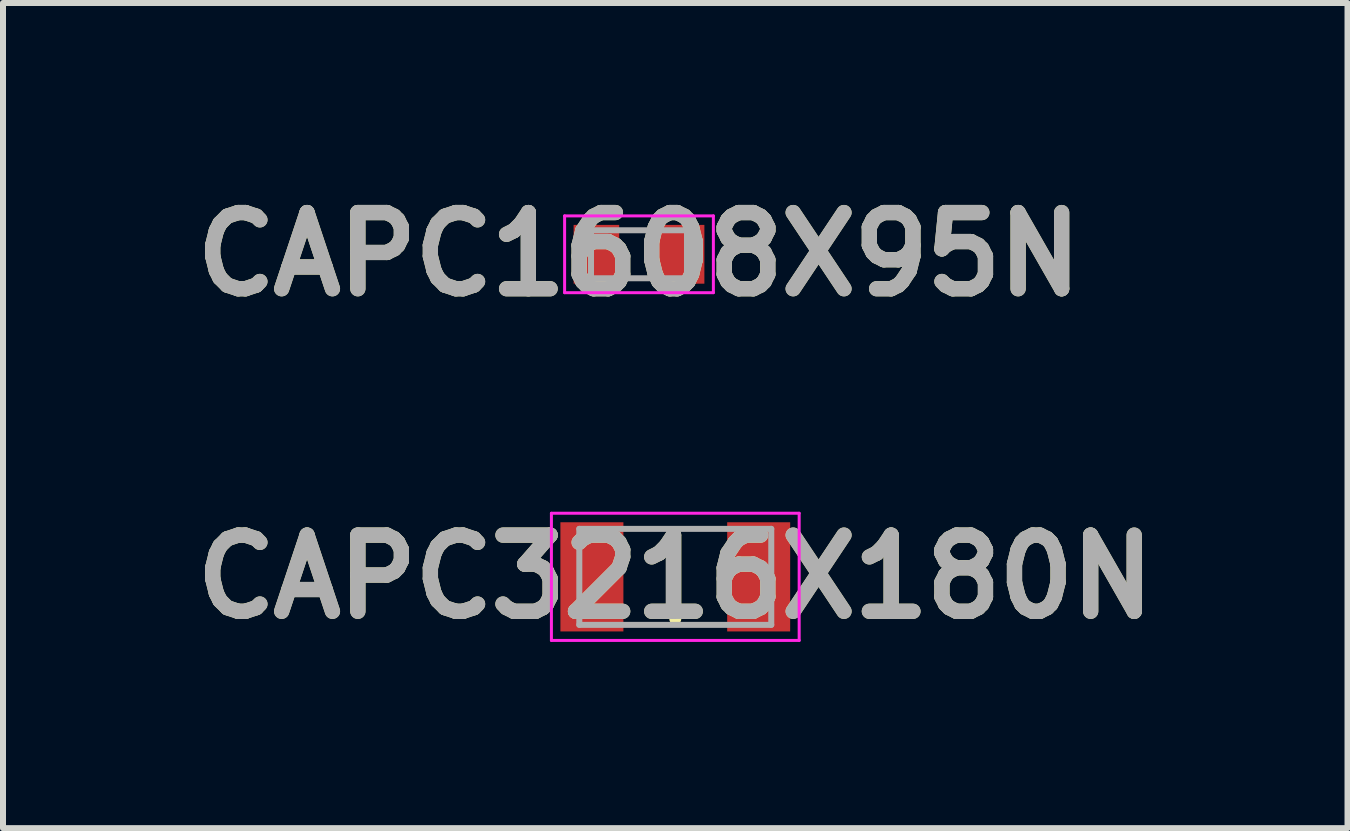
<source format=kicad_pcb>
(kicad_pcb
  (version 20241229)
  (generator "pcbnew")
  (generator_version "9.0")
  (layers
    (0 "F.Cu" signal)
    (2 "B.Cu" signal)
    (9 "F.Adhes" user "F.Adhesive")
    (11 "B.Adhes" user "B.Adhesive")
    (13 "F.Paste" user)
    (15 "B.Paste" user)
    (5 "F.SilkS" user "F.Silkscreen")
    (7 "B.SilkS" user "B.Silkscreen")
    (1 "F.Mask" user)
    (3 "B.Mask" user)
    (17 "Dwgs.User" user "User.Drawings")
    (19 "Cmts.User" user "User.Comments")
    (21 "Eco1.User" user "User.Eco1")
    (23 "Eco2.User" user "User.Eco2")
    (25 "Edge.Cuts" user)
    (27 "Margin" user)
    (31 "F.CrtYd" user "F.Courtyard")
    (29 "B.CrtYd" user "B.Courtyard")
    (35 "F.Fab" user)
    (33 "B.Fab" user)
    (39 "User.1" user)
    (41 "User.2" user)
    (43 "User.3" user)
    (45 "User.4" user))
  (footprint "CAPC3216X180N"
    (layer "F.Cu")
    (at 8.207 6.566)
    (property "Reference" "CAPC3216X180N" (at 0 0 0) (layer "F.SilkS") (effects (font (size 1.27 1.27) (thickness 0.254))))
    (attr smd)
    (fp_line (start 0 -0.7) (end 0 0.7) (stroke (width 0.2) (type solid)) (layer "F.SilkS"))
    (fp_line (start -2.065 -1.06) (end 2.065 -1.06) (stroke (width 0.05) (type solid)) (layer "F.CrtYd"))
    (fp_line (start -2.065 1.06) (end -2.065 -1.06) (stroke (width 0.05) (type solid)) (layer "F.CrtYd"))
    (fp_line (start 2.065 -1.06) (end 2.065 1.06) (stroke (width 0.05) (type solid)) (layer "F.CrtYd"))
    (fp_line (start 2.065 1.06) (end -2.065 1.06) (stroke (width 0.05) (type solid)) (layer "F.CrtYd"))
    (fp_line (start -1.6 -0.8) (end 1.6 -0.8) (stroke (width 0.1) (type solid)) (layer "F.Fab"))
    (fp_line (start -1.6 0.8) (end -1.6 -0.8) (stroke (width 0.1) (type solid)) (layer "F.Fab"))
    (fp_line (start 1.6 -0.8) (end 1.6 0.8) (stroke (width 0.1) (type solid)) (layer "F.Fab"))
    (fp_line (start 1.6 0.8) (end -1.6 0.8) (stroke (width 0.1) (type solid)) (layer "F.Fab"))
    (fp_text user "${REFERENCE}" (at 0 0 0) (layer "F.Fab") (effects (font (size 1.27 1.27) (thickness 0.254))))
    (pad "1" smd rect (at -1.39 0) (size 1.05 1.82) (layers "F.Cu" "F.Mask" "F.Paste"))
    (pad "2" smd rect (at 1.39 0) (size 1.05 1.82) (layers "F.Cu" "F.Mask" "F.Paste")))
  (footprint "CAPC1608X95N"
    (layer "F.Cu")
    (at 7.602 1.189)
    (property "Reference" "CAPC1608X95N" (at 0 0 0) (layer "F.SilkS") (effects (font (size 1.27 1.27) (thickness 0.254))))
    (attr smd)
    (fp_line (start -1.24 -0.64) (end 1.24 -0.64) (stroke (width 0.05) (type solid)) (layer "F.CrtYd"))
    (fp_line (start -1.24 0.64) (end -1.24 -0.64) (stroke (width 0.05) (type solid)) (layer "F.CrtYd"))
    (fp_line (start 1.24 -0.64) (end 1.24 0.64) (stroke (width 0.05) (type solid)) (layer "F.CrtYd"))
    (fp_line (start 1.24 0.64) (end -1.24 0.64) (stroke (width 0.05) (type solid)) (layer "F.CrtYd"))
    (fp_line (start -0.8 -0.4) (end 0.8 -0.4) (stroke (width 0.1) (type solid)) (layer "F.Fab"))
    (fp_line (start -0.8 0.4) (end -0.8 -0.4) (stroke (width 0.1) (type solid)) (layer "F.Fab"))
    (fp_line (start 0.8 -0.4) (end 0.8 0.4) (stroke (width 0.1) (type solid)) (layer "F.Fab"))
    (fp_line (start 0.8 0.4) (end -0.8 0.4) (stroke (width 0.1) (type solid)) (layer "F.Fab"))
    (fp_text user "${REFERENCE}" (at 0 0 0) (layer "F.Fab") (effects (font (size 1.27 1.27) (thickness 0.254))))
    (pad "1" smd rect (at -0.71 0) (size 0.76 0.98) (layers "F.Cu" "F.Mask" "F.Paste"))
    (pad "2" smd rect (at 0.71 0) (size 0.76 0.98) (layers "F.Cu" "F.Mask" "F.Paste")))
  (gr_rect
    (start -3 -3)
    (end 19.413 10.755)
    (stroke (width 0.1) (type default))
    (fill no)
    (layer "Edge.Cuts")))
</source>
